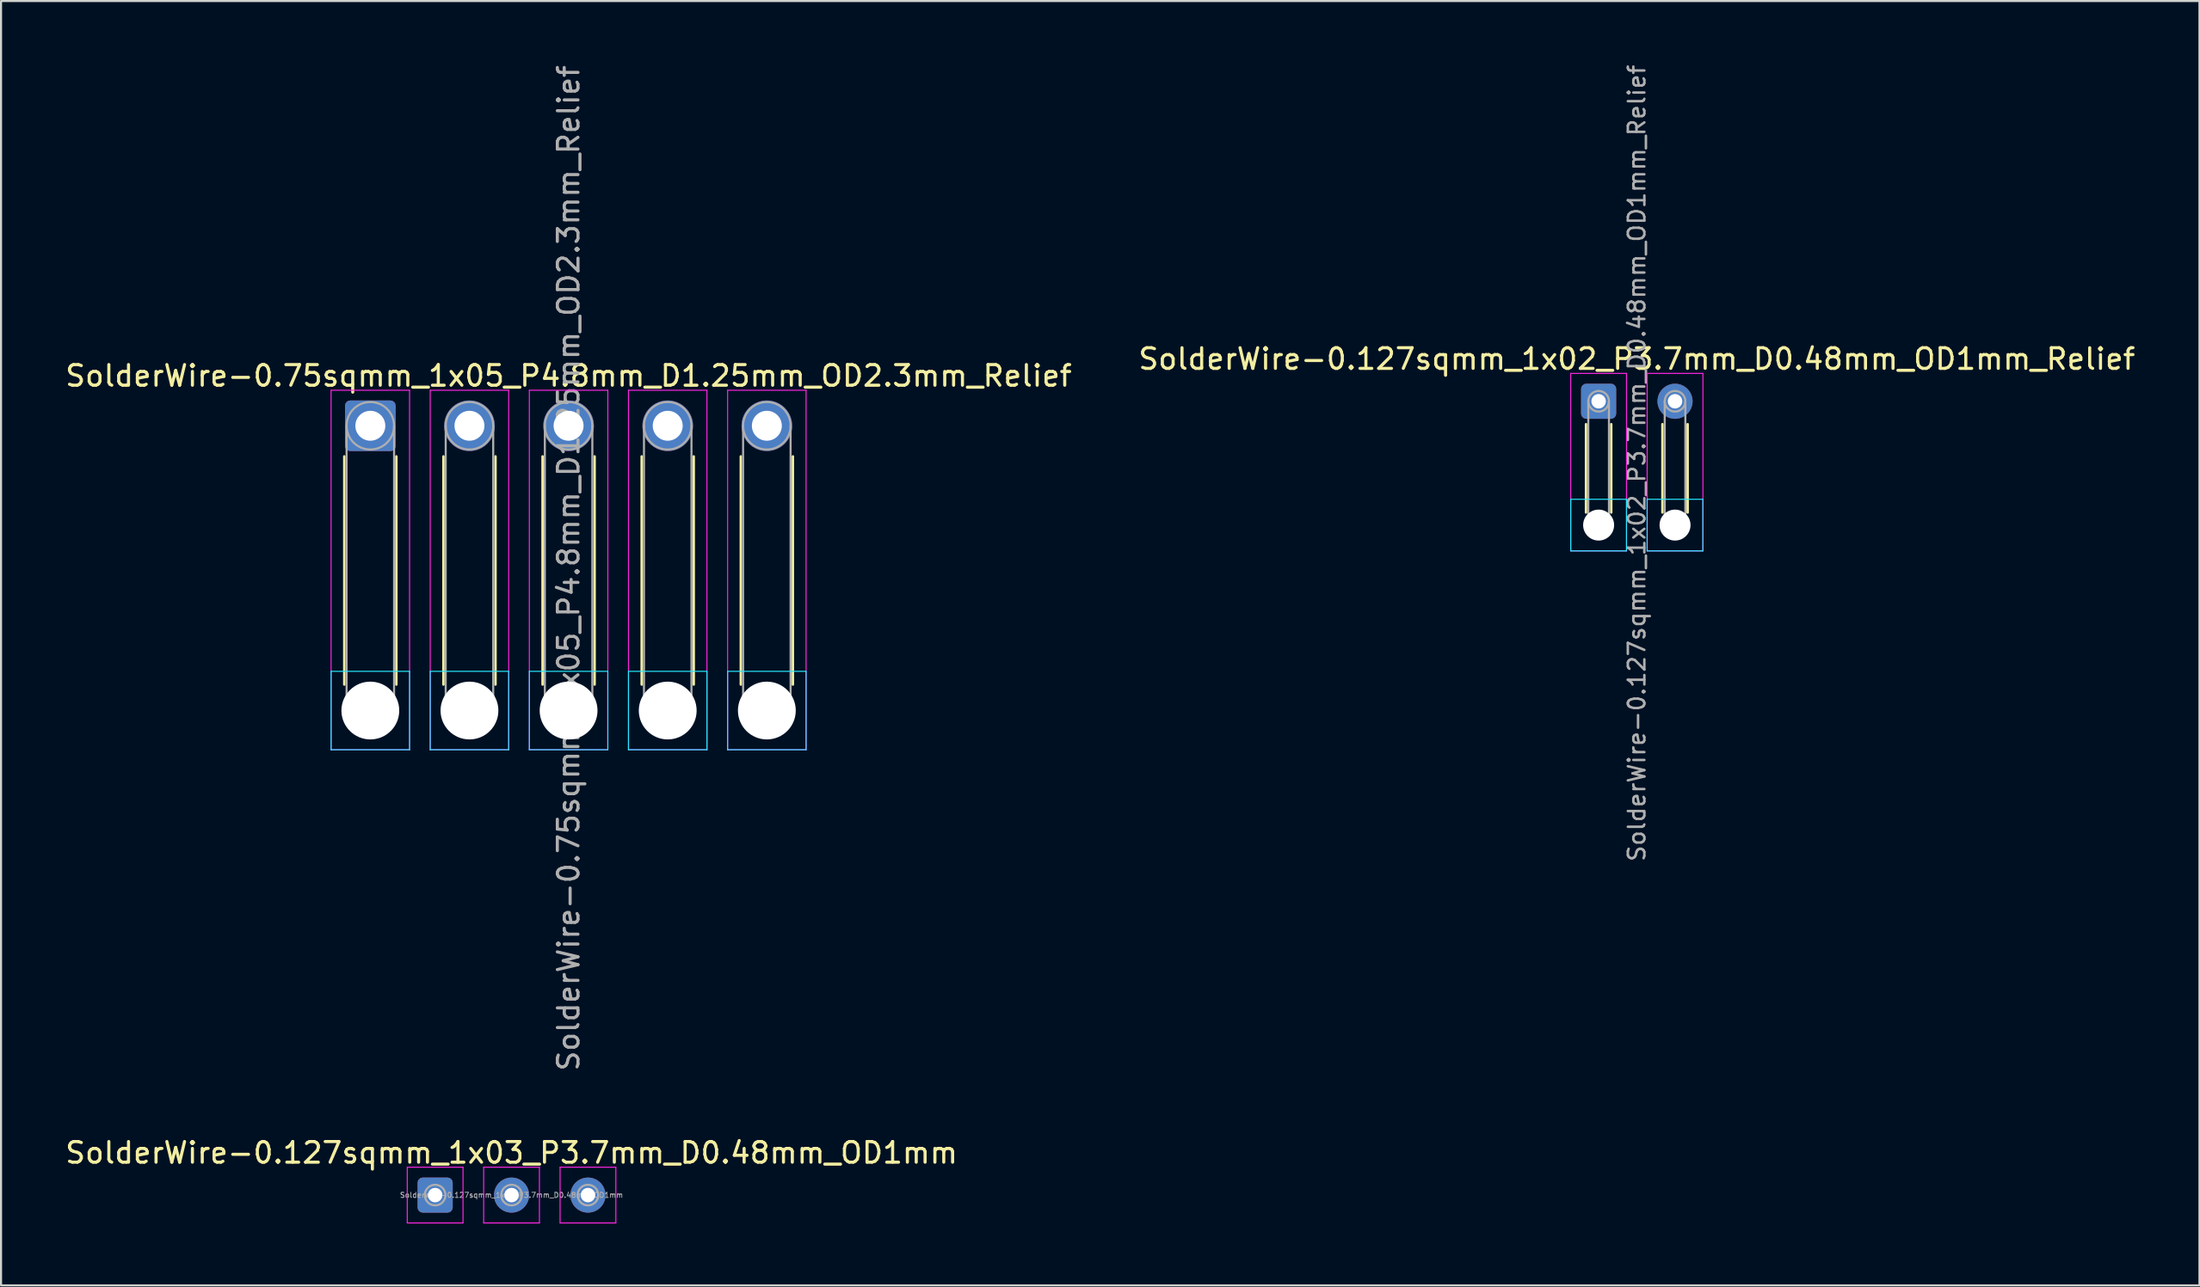
<source format=kicad_pcb>
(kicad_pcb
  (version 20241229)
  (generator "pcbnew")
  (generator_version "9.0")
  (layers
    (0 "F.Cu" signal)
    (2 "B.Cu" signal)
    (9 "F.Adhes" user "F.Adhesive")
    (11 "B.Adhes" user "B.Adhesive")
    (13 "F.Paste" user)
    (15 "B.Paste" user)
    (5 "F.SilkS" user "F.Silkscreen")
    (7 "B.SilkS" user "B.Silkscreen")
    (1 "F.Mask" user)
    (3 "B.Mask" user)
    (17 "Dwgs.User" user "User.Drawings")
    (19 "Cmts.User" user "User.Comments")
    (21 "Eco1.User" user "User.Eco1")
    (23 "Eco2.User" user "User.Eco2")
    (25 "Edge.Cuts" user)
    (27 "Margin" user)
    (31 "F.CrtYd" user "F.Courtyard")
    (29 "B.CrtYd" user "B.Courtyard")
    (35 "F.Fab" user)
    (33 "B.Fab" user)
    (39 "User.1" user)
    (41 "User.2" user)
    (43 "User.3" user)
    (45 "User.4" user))
  (footprint "SolderWire-0.127sqmm_1x03_P3.7mm_D0.48mm_OD1mm"
    (layer "F.Cu")
    (at 18.02 54.863)
    (property "Reference" "SolderWire-0.127sqmm_1x03_P3.7mm_D0.48mm_OD1mm" (at 3.7 -2.05 0) (layer "F.SilkS") (effects (font (size 1 1) (thickness 0.15))))
    (attr exclude_from_pos_files exclude_from_bom)
    (fp_line (start -1.35 -1.35) (end -1.35 1.35) (stroke (width 0.05) (type solid)) (layer "F.CrtYd"))
    (fp_line (start -1.35 1.35) (end 1.35 1.35) (stroke (width 0.05) (type solid)) (layer "F.CrtYd"))
    (fp_line (start 1.35 -1.35) (end -1.35 -1.35) (stroke (width 0.05) (type solid)) (layer "F.CrtYd"))
    (fp_line (start 1.35 1.35) (end 1.35 -1.35) (stroke (width 0.05) (type solid)) (layer "F.CrtYd"))
    (fp_line (start 2.35 -1.35) (end 2.35 1.35) (stroke (width 0.05) (type solid)) (layer "F.CrtYd"))
    (fp_line (start 2.35 1.35) (end 5.05 1.35) (stroke (width 0.05) (type solid)) (layer "F.CrtYd"))
    (fp_line (start 5.05 -1.35) (end 2.35 -1.35) (stroke (width 0.05) (type solid)) (layer "F.CrtYd"))
    (fp_line (start 5.05 1.35) (end 5.05 -1.35) (stroke (width 0.05) (type solid)) (layer "F.CrtYd"))
    (fp_line (start 6.05 -1.35) (end 6.05 1.35) (stroke (width 0.05) (type solid)) (layer "F.CrtYd"))
    (fp_line (start 6.05 1.35) (end 8.75 1.35) (stroke (width 0.05) (type solid)) (layer "F.CrtYd"))
    (fp_line (start 8.75 -1.35) (end 6.05 -1.35) (stroke (width 0.05) (type solid)) (layer "F.CrtYd"))
    (fp_line (start 8.75 1.35) (end 8.75 -1.35) (stroke (width 0.05) (type solid)) (layer "F.CrtYd"))
    (fp_circle (center 0 0) (end 0.5 0) (stroke (width 0.1) (type solid)) (fill no) (layer "F.Fab"))
    (fp_circle (center 3.7 0) (end 4.2 0) (stroke (width 0.1) (type solid)) (fill no) (layer "F.Fab"))
    (fp_circle (center 7.4 0) (end 7.9 0) (stroke (width 0.1) (type solid)) (fill no) (layer "F.Fab"))
    (fp_text user "${REFERENCE}" (at 3.7 0 0) (layer "F.Fab") (effects (font (size 0.25 0.25) (thickness 0.04))))
    (pad "1" thru_hole roundrect (at 0 0) (size 1.7 1.7) (drill 0.7) (layers "*.Cu" "*.Mask") (roundrect_rratio 0.147))
    (pad "2" thru_hole circle (at 3.7 0) (size 1.7 1.7) (drill 0.7) (layers "*.Cu" "*.Mask"))
    (pad "3" thru_hole circle (at 7.4 0) (size 1.7 1.7) (drill 0.7) (layers "*.Cu" "*.Mask")))
  (footprint "SolderWire-0.75sqmm_1x05_P4.8mm_D1.25mm_OD2.3mm_Relief"
    (layer "F.Cu")
    (at 14.882 17.582)
    (property "Reference" "SolderWire-0.75sqmm_1x05_P4.8mm_D1.25mm_OD2.3mm_Relief" (at 9.6 -2.42 0) (layer "F.SilkS") (effects (font (size 1 1) (thickness 0.15))))
    (attr exclude_from_pos_files exclude_from_bom)
    (fp_line (start -1.26 1.485) (end -1.26 12.54) (stroke (width 0.12) (type solid)) (layer "F.SilkS"))
    (fp_line (start 1.26 1.485) (end 1.26 12.54) (stroke (width 0.12) (type solid)) (layer "F.SilkS"))
    (fp_line (start 3.54 1.485) (end 3.54 12.54) (stroke (width 0.12) (type solid)) (layer "F.SilkS"))
    (fp_line (start 6.06 1.485) (end 6.06 12.54) (stroke (width 0.12) (type solid)) (layer "F.SilkS"))
    (fp_line (start 8.34 1.485) (end 8.34 12.54) (stroke (width 0.12) (type solid)) (layer "F.SilkS"))
    (fp_line (start 10.86 1.485) (end 10.86 12.54) (stroke (width 0.12) (type solid)) (layer "F.SilkS"))
    (fp_line (start 13.14 1.485) (end 13.14 12.54) (stroke (width 0.12) (type solid)) (layer "F.SilkS"))
    (fp_line (start 15.66 1.485) (end 15.66 12.54) (stroke (width 0.12) (type solid)) (layer "F.SilkS"))
    (fp_line (start 17.94 1.485) (end 17.94 12.54) (stroke (width 0.12) (type solid)) (layer "F.SilkS"))
    (fp_line (start 20.46 1.485) (end 20.46 12.54) (stroke (width 0.12) (type solid)) (layer "F.SilkS"))
    (fp_line (start -1.9 11.9) (end -1.9 15.7) (stroke (width 0.05) (type solid)) (layer "B.CrtYd"))
    (fp_line (start -1.9 15.7) (end 1.9 15.7) (stroke (width 0.05) (type solid)) (layer "B.CrtYd"))
    (fp_line (start 1.9 11.9) (end -1.9 11.9) (stroke (width 0.05) (type solid)) (layer "B.CrtYd"))
    (fp_line (start 1.9 15.7) (end 1.9 11.9) (stroke (width 0.05) (type solid)) (layer "B.CrtYd"))
    (fp_line (start 2.9 11.9) (end 2.9 15.7) (stroke (width 0.05) (type solid)) (layer "B.CrtYd"))
    (fp_line (start 2.9 15.7) (end 6.7 15.7) (stroke (width 0.05) (type solid)) (layer "B.CrtYd"))
    (fp_line (start 6.7 11.9) (end 2.9 11.9) (stroke (width 0.05) (type solid)) (layer "B.CrtYd"))
    (fp_line (start 6.7 15.7) (end 6.7 11.9) (stroke (width 0.05) (type solid)) (layer "B.CrtYd"))
    (fp_line (start 7.7 11.9) (end 7.7 15.7) (stroke (width 0.05) (type solid)) (layer "B.CrtYd"))
    (fp_line (start 7.7 15.7) (end 11.5 15.7) (stroke (width 0.05) (type solid)) (layer "B.CrtYd"))
    (fp_line (start 11.5 11.9) (end 7.7 11.9) (stroke (width 0.05) (type solid)) (layer "B.CrtYd"))
    (fp_line (start 11.5 15.7) (end 11.5 11.9) (stroke (width 0.05) (type solid)) (layer "B.CrtYd"))
    (fp_line (start 12.5 11.9) (end 12.5 15.7) (stroke (width 0.05) (type solid)) (layer "B.CrtYd"))
    (fp_line (start 12.5 15.7) (end 16.3 15.7) (stroke (width 0.05) (type solid)) (layer "B.CrtYd"))
    (fp_line (start 16.3 11.9) (end 12.5 11.9) (stroke (width 0.05) (type solid)) (layer "B.CrtYd"))
    (fp_line (start 16.3 15.7) (end 16.3 11.9) (stroke (width 0.05) (type solid)) (layer "B.CrtYd"))
    (fp_line (start 17.3 11.9) (end 17.3 15.7) (stroke (width 0.05) (type solid)) (layer "B.CrtYd"))
    (fp_line (start 17.3 15.7) (end 21.1 15.7) (stroke (width 0.05) (type solid)) (layer "B.CrtYd"))
    (fp_line (start 21.1 11.9) (end 17.3 11.9) (stroke (width 0.05) (type solid)) (layer "B.CrtYd"))
    (fp_line (start 21.1 15.7) (end 21.1 11.9) (stroke (width 0.05) (type solid)) (layer "B.CrtYd"))
    (fp_line (start -1.9 -1.72) (end -1.9 15.7) (stroke (width 0.05) (type solid)) (layer "F.CrtYd"))
    (fp_line (start -1.9 15.7) (end 1.9 15.7) (stroke (width 0.05) (type solid)) (layer "F.CrtYd"))
    (fp_line (start 1.9 -1.72) (end -1.9 -1.72) (stroke (width 0.05) (type solid)) (layer "F.CrtYd"))
    (fp_line (start 1.9 15.7) (end 1.9 -1.72) (stroke (width 0.05) (type solid)) (layer "F.CrtYd"))
    (fp_line (start 2.9 -1.72) (end 2.9 15.7) (stroke (width 0.05) (type solid)) (layer "F.CrtYd"))
    (fp_line (start 2.9 15.7) (end 6.7 15.7) (stroke (width 0.05) (type solid)) (layer "F.CrtYd"))
    (fp_line (start 6.7 -1.72) (end 2.9 -1.72) (stroke (width 0.05) (type solid)) (layer "F.CrtYd"))
    (fp_line (start 6.7 15.7) (end 6.7 -1.72) (stroke (width 0.05) (type solid)) (layer "F.CrtYd"))
    (fp_line (start 7.7 -1.72) (end 7.7 15.7) (stroke (width 0.05) (type solid)) (layer "F.CrtYd"))
    (fp_line (start 7.7 15.7) (end 11.5 15.7) (stroke (width 0.05) (type solid)) (layer "F.CrtYd"))
    (fp_line (start 11.5 -1.72) (end 7.7 -1.72) (stroke (width 0.05) (type solid)) (layer "F.CrtYd"))
    (fp_line (start 11.5 15.7) (end 11.5 -1.72) (stroke (width 0.05) (type solid)) (layer "F.CrtYd"))
    (fp_line (start 12.5 -1.72) (end 12.5 15.7) (stroke (width 0.05) (type solid)) (layer "F.CrtYd"))
    (fp_line (start 12.5 15.7) (end 16.3 15.7) (stroke (width 0.05) (type solid)) (layer "F.CrtYd"))
    (fp_line (start 16.3 -1.72) (end 12.5 -1.72) (stroke (width 0.05) (type solid)) (layer "F.CrtYd"))
    (fp_line (start 16.3 15.7) (end 16.3 -1.72) (stroke (width 0.05) (type solid)) (layer "F.CrtYd"))
    (fp_line (start 17.3 -1.72) (end 17.3 15.7) (stroke (width 0.05) (type solid)) (layer "F.CrtYd"))
    (fp_line (start 17.3 15.7) (end 21.1 15.7) (stroke (width 0.05) (type solid)) (layer "F.CrtYd"))
    (fp_line (start 21.1 -1.72) (end 17.3 -1.72) (stroke (width 0.05) (type solid)) (layer "F.CrtYd"))
    (fp_line (start 21.1 15.7) (end 21.1 -1.72) (stroke (width 0.05) (type solid)) (layer "F.CrtYd"))
    (fp_line (start -1.15 0) (end -1.15 13.8) (stroke (width 0.1) (type solid)) (layer "F.Fab"))
    (fp_line (start 1.15 0) (end 1.15 13.8) (stroke (width 0.1) (type solid)) (layer "F.Fab"))
    (fp_line (start 3.65 0) (end 3.65 13.8) (stroke (width 0.1) (type solid)) (layer "F.Fab"))
    (fp_line (start 5.95 0) (end 5.95 13.8) (stroke (width 0.1) (type solid)) (layer "F.Fab"))
    (fp_line (start 8.45 0) (end 8.45 13.8) (stroke (width 0.1) (type solid)) (layer "F.Fab"))
    (fp_line (start 10.75 0) (end 10.75 13.8) (stroke (width 0.1) (type solid)) (layer "F.Fab"))
    (fp_line (start 13.25 0) (end 13.25 13.8) (stroke (width 0.1) (type solid)) (layer "F.Fab"))
    (fp_line (start 15.55 0) (end 15.55 13.8) (stroke (width 0.1) (type solid)) (layer "F.Fab"))
    (fp_line (start 18.05 0) (end 18.05 13.8) (stroke (width 0.1) (type solid)) (layer "F.Fab"))
    (fp_line (start 20.35 0) (end 20.35 13.8) (stroke (width 0.1) (type solid)) (layer "F.Fab"))
    (fp_circle (center 0 0) (end 1.15 0) (stroke (width 0.1) (type solid)) (fill no) (layer "F.Fab"))
    (fp_circle (center 0 13.8) (end 1.15 13.8) (stroke (width 0.1) (type solid)) (fill no) (layer "F.Fab"))
    (fp_circle (center 4.8 0) (end 5.95 0) (stroke (width 0.1) (type solid)) (fill no) (layer "F.Fab"))
    (fp_circle (center 4.8 13.8) (end 5.95 13.8) (stroke (width 0.1) (type solid)) (fill no) (layer "F.Fab"))
    (fp_circle (center 9.6 0) (end 10.75 0) (stroke (width 0.1) (type solid)) (fill no) (layer "F.Fab"))
    (fp_circle (center 9.6 13.8) (end 10.75 13.8) (stroke (width 0.1) (type solid)) (fill no) (layer "F.Fab"))
    (fp_circle (center 14.4 0) (end 15.55 0) (stroke (width 0.1) (type solid)) (fill no) (layer "F.Fab"))
    (fp_circle (center 14.4 13.8) (end 15.55 13.8) (stroke (width 0.1) (type solid)) (fill no) (layer "F.Fab"))
    (fp_circle (center 19.2 0) (end 20.35 0) (stroke (width 0.1) (type solid)) (fill no) (layer "F.Fab"))
    (fp_circle (center 19.2 13.8) (end 20.35 13.8) (stroke (width 0.1) (type solid)) (fill no) (layer "F.Fab"))
    (fp_text user "${REFERENCE}" (at 9.6 6.9 90) (layer "F.Fab") (effects (font (size 1 1) (thickness 0.15))))
    (pad "" np_thru_hole circle (at 0 13.8) (size 2.8 2.8) (drill 2.8) (layers "*.Cu" "*.Mask"))
    (pad "" np_thru_hole circle (at 4.8 13.8) (size 2.8 2.8) (drill 2.8) (layers "*.Cu" "*.Mask"))
    (pad "" np_thru_hole circle (at 9.6 13.8) (size 2.8 2.8) (drill 2.8) (layers "*.Cu" "*.Mask"))
    (pad "" np_thru_hole circle (at 14.4 13.8) (size 2.8 2.8) (drill 2.8) (layers "*.Cu" "*.Mask"))
    (pad "" np_thru_hole circle (at 19.2 13.8) (size 2.8 2.8) (drill 2.8) (layers "*.Cu" "*.Mask"))
    (pad "1" thru_hole roundrect (at 0 0) (size 2.45 2.45) (drill 1.45) (layers "*.Cu" "*.Mask") (roundrect_rratio 0.102))
    (pad "2" thru_hole circle (at 4.8 0) (size 2.45 2.45) (drill 1.45) (layers "*.Cu" "*.Mask"))
    (pad "3" thru_hole circle (at 9.6 0) (size 2.45 2.45) (drill 1.45) (layers "*.Cu" "*.Mask"))
    (pad "4" thru_hole circle (at 14.4 0) (size 2.45 2.45) (drill 1.45) (layers "*.Cu" "*.Mask"))
    (pad "5" thru_hole circle (at 19.2 0) (size 2.45 2.45) (drill 1.45) (layers "*.Cu" "*.Mask")))
  (footprint "SolderWire-0.127sqmm_1x02_P3.7mm_D0.48mm_OD1mm_Relief"
    (layer "F.Cu")
    (at 74.358 16.395)
    (property "Reference" "SolderWire-0.127sqmm_1x02_P3.7mm_D0.48mm_OD1mm_Relief" (at 1.85 -2.05 0) (layer "F.SilkS") (effects (font (size 1 1) (thickness 0.15))))
    (attr exclude_from_pos_files exclude_from_bom)
    (fp_line (start -0.61 1.11) (end -0.61 5.39) (stroke (width 0.12) (type solid)) (layer "F.SilkS"))
    (fp_line (start 0.61 1.11) (end 0.61 5.39) (stroke (width 0.12) (type solid)) (layer "F.SilkS"))
    (fp_line (start 3.09 1.11) (end 3.09 5.39) (stroke (width 0.12) (type solid)) (layer "F.SilkS"))
    (fp_line (start 4.31 1.11) (end 4.31 5.39) (stroke (width 0.12) (type solid)) (layer "F.SilkS"))
    (fp_line (start -1.35 4.75) (end -1.35 7.25) (stroke (width 0.05) (type solid)) (layer "B.CrtYd"))
    (fp_line (start -1.35 7.25) (end 1.35 7.25) (stroke (width 0.05) (type solid)) (layer "B.CrtYd"))
    (fp_line (start 1.35 4.75) (end -1.35 4.75) (stroke (width 0.05) (type solid)) (layer "B.CrtYd"))
    (fp_line (start 1.35 7.25) (end 1.35 4.75) (stroke (width 0.05) (type solid)) (layer "B.CrtYd"))
    (fp_line (start 2.35 4.75) (end 2.35 7.25) (stroke (width 0.05) (type solid)) (layer "B.CrtYd"))
    (fp_line (start 2.35 7.25) (end 5.05 7.25) (stroke (width 0.05) (type solid)) (layer "B.CrtYd"))
    (fp_line (start 5.05 4.75) (end 2.35 4.75) (stroke (width 0.05) (type solid)) (layer "B.CrtYd"))
    (fp_line (start 5.05 7.25) (end 5.05 4.75) (stroke (width 0.05) (type solid)) (layer "B.CrtYd"))
    (fp_line (start -1.35 -1.35) (end -1.35 7.25) (stroke (width 0.05) (type solid)) (layer "F.CrtYd"))
    (fp_line (start -1.35 7.25) (end 1.35 7.25) (stroke (width 0.05) (type solid)) (layer "F.CrtYd"))
    (fp_line (start 1.35 -1.35) (end -1.35 -1.35) (stroke (width 0.05) (type solid)) (layer "F.CrtYd"))
    (fp_line (start 1.35 7.25) (end 1.35 -1.35) (stroke (width 0.05) (type solid)) (layer "F.CrtYd"))
    (fp_line (start 2.35 -1.35) (end 2.35 7.25) (stroke (width 0.05) (type solid)) (layer "F.CrtYd"))
    (fp_line (start 2.35 7.25) (end 5.05 7.25) (stroke (width 0.05) (type solid)) (layer "F.CrtYd"))
    (fp_line (start 5.05 -1.35) (end 2.35 -1.35) (stroke (width 0.05) (type solid)) (layer "F.CrtYd"))
    (fp_line (start 5.05 7.25) (end 5.05 -1.35) (stroke (width 0.05) (type solid)) (layer "F.CrtYd"))
    (fp_line (start -0.5 0) (end -0.5 6) (stroke (width 0.1) (type solid)) (layer "F.Fab"))
    (fp_line (start 0.5 0) (end 0.5 6) (stroke (width 0.1) (type solid)) (layer "F.Fab"))
    (fp_line (start 3.2 0) (end 3.2 6) (stroke (width 0.1) (type solid)) (layer "F.Fab"))
    (fp_line (start 4.2 0) (end 4.2 6) (stroke (width 0.1) (type solid)) (layer "F.Fab"))
    (fp_circle (center 0 0) (end 0.5 0) (stroke (width 0.1) (type solid)) (fill no) (layer "F.Fab"))
    (fp_circle (center 0 6) (end 0.5 6) (stroke (width 0.1) (type solid)) (fill no) (layer "F.Fab"))
    (fp_circle (center 3.7 0) (end 4.2 0) (stroke (width 0.1) (type solid)) (fill no) (layer "F.Fab"))
    (fp_circle (center 3.7 6) (end 4.2 6) (stroke (width 0.1) (type solid)) (fill no) (layer "F.Fab"))
    (fp_text user "${REFERENCE}" (at 1.85 3 90) (layer "F.Fab") (effects (font (size 0.8 0.8) (thickness 0.12))))
    (pad "" np_thru_hole circle (at 0 6) (size 1.5 1.5) (drill 1.5) (layers "*.Cu" "*.Mask"))
    (pad "" np_thru_hole circle (at 3.7 6) (size 1.5 1.5) (drill 1.5) (layers "*.Cu" "*.Mask"))
    (pad "1" thru_hole roundrect (at 0 0) (size 1.7 1.7) (drill 0.7) (layers "*.Cu" "*.Mask") (roundrect_rratio 0.147))
    (pad "2" thru_hole circle (at 3.7 0) (size 1.7 1.7) (drill 0.7) (layers "*.Cu" "*.Mask")))
  (gr_rect
    (start -3 -3)
    (end 103.452 59.238)
    (stroke (width 0.1) (type default))
    (fill no)
    (layer "Edge.Cuts")))
</source>
